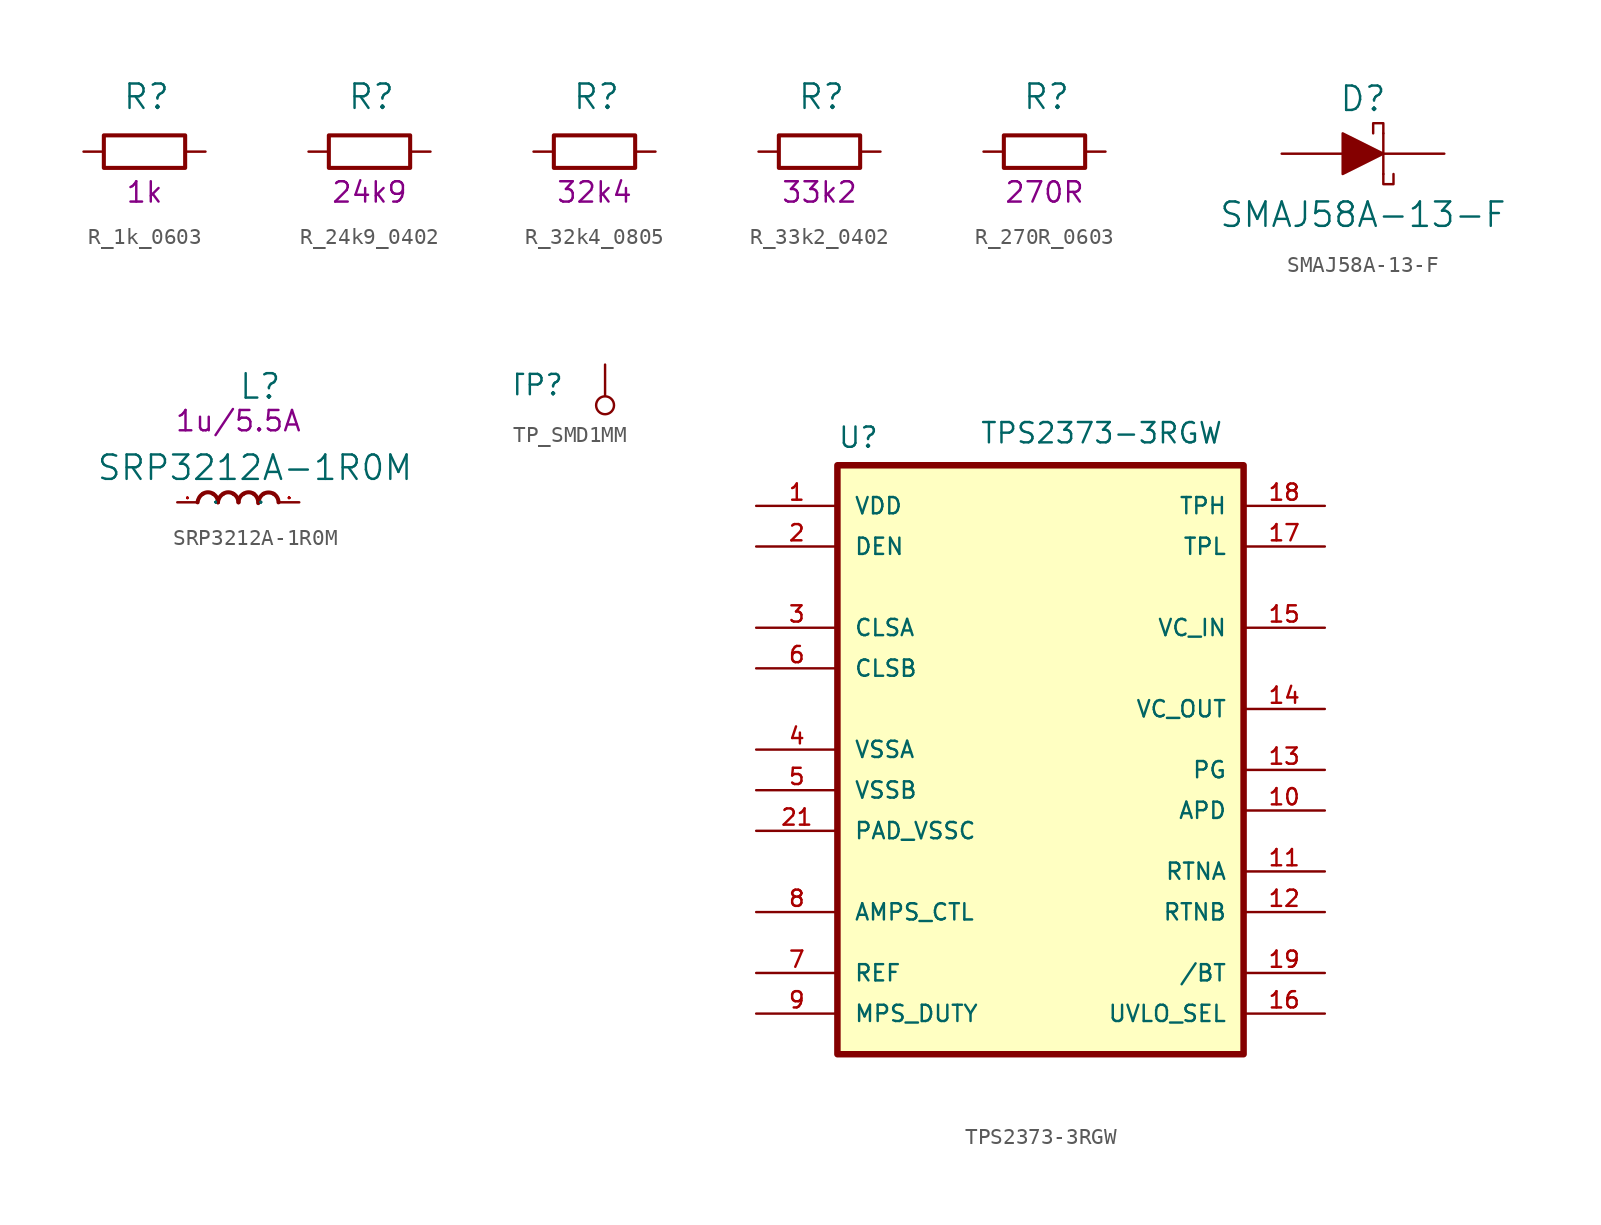
<source format=kicad_sym>
(kicad_symbol_lib
  (version 20211014)
  (generator kicad_symbol_editor)
  (symbol "R_1k_0603"
    (pin_names
      (offset 0))
    (property "Reference" "R"
      (at -1.397 3.429 0)
      (effects (font (size 1.524 1.524)) (justify left)))
    (property "Val" "1k"
      (at 0 -2.54 0)
      (effects (font (size 1.27 1.27))))
    (symbol "R_1k_0603_1_1"
      (rectangle (start 2.54 -1.016) (end -2.54 1.016) (stroke (width 0.254) (type default) (color 0 0 0 0)) (fill (type none)))
      (pin passive line (at -3.81 0 0) (length 1.27) (name "~" (effects (font (size 0 0)))) (number "1" (effects (font (size 0 0)))))
      (pin passive line (at 3.81 0 180) (length 1.27) (name "~" (effects (font (size 0 0)))) (number "2" (effects (font (size 0 0)))))))
  (symbol "R_24k9_0402"
    (pin_names
      (offset 0))
    (property "Reference" "R"
      (at -1.397 3.429 0)
      (effects (font (size 1.524 1.524)) (justify left)))
    (property "Val" "24k9"
      (at 0 -2.54 0)
      (effects (font (size 1.27 1.27))))
    (symbol "R_24k9_0402_1_1"
      (rectangle (start 2.54 -1.016) (end -2.54 1.016) (stroke (width 0.254) (type default) (color 0 0 0 0)) (fill (type none)))
      (pin passive line (at -3.81 0 0) (length 1.27) (name "~" (effects (font (size 0 0)))) (number "1" (effects (font (size 0 0)))))
      (pin passive line (at 3.81 0 180) (length 1.27) (name "~" (effects (font (size 0 0)))) (number "2" (effects (font (size 0 0)))))))
  (symbol "R_32k4_0805"
    (pin_names
      (offset 0))
    (property "Reference" "R"
      (at -1.397 3.429 0)
      (effects (font (size 1.524 1.524)) (justify left)))
    (property "Val" "32k4"
      (at 0 -2.54 0)
      (effects (font (size 1.27 1.27))))
    (symbol "R_32k4_0805_1_1"
      (rectangle (start 2.54 -1.016) (end -2.54 1.016) (stroke (width 0.254) (type default) (color 0 0 0 0)) (fill (type none)))
      (pin passive line (at -3.81 0 0) (length 1.27) (name "~" (effects (font (size 0 0)))) (number "1" (effects (font (size 0 0)))))
      (pin passive line (at 3.81 0 180) (length 1.27) (name "~" (effects (font (size 0 0)))) (number "2" (effects (font (size 0 0)))))))
  (symbol "R_33k2_0402"
    (pin_names
      (offset 0))
    (property "Reference" "R"
      (at -1.397 3.429 0)
      (effects (font (size 1.524 1.524)) (justify left)))
    (property "Val" "33k2"
      (at 0 -2.54 0)
      (effects (font (size 1.27 1.27))))
    (symbol "R_33k2_0402_1_1"
      (rectangle (start 2.54 -1.016) (end -2.54 1.016) (stroke (width 0.254) (type default) (color 0 0 0 0)) (fill (type none)))
      (pin passive line (at -3.81 0 0) (length 1.27) (name "~" (effects (font (size 0 0)))) (number "1" (effects (font (size 0 0)))))
      (pin passive line (at 3.81 0 180) (length 1.27) (name "~" (effects (font (size 0 0)))) (number "2" (effects (font (size 0 0)))))))
  (symbol "R_270R_0603"
    (pin_names
      (offset 0))
    (property "Reference" "R"
      (at -1.397 3.429 0)
      (effects (font (size 1.524 1.524)) (justify left)))
    (property "Val" "270R"
      (at 0 -2.54 0)
      (effects (font (size 1.27 1.27))))
    (symbol "R_270R_0603_1_1"
      (rectangle (start 2.54 -1.016) (end -2.54 1.016) (stroke (width 0.254) (type default) (color 0 0 0 0)) (fill (type none)))
      (pin passive line (at -3.81 0 0) (length 1.27) (name "~" (effects (font (size 0 0)))) (number "1" (effects (font (size 0 0)))))
      (pin passive line (at 3.81 0 180) (length 1.27) (name "~" (effects (font (size 0 0)))) (number "2" (effects (font (size 0 0)))))))
  (symbol "SMAJ58A-13-F"
    (pin_numbers hide)
    (pin_names
      (offset 0) hide)
    (property "Reference" "D"
      (at 0 2.54 0)
      (effects (font (size 1.524 1.524)) (justify bottom)))
    (property "Value" "SMAJ58A-13-F"
      (at 0 -3.81 0)
      (effects (font (size 1.524 1.524))))
    (symbol "SMAJ58A-13-F_0_1"
      (polyline (pts (xy 1.27 1.27) (xy 1.27 -1.27)) (stroke (width 0) (type default) (color 0 0 0 0)) (fill (type none)))
      (polyline (pts (xy -1.27 1.27) (xy -1.27 -1.27) (xy 1.27 0) (xy -1.27 1.27)) (stroke (width 0) (type default) (color 0 0 0 0)) (fill (type outline)))
      (polyline (pts (xy 1.27 -1.27) (xy 1.27 -1.905) (xy 1.905 -1.905) (xy 1.905 -1.27)) (stroke (width 0) (type default) (color 0 0 0 0)) (fill (type none)))
      (polyline (pts (xy 1.27 1.27) (xy 1.27 1.905) (xy 0.635 1.905) (xy 0.635 1.27)) (stroke (width 0) (type default) (color 0 0 0 0)) (fill (type none))))
    (symbol "SMAJ58A-13-F_1_1"
      (pin passive line (at -5.08 0 0) (length 3.81) (name "~" (effects (font (size 1.27 1.27)))) (number "A" (effects (font (size 1.27 1.27)))))
      (pin passive line (at 5.08 0 180) (length 3.81) (name "~" (effects (font (size 1.27 1.27)))) (number "K" (effects (font (size 1.27 1.27)))))))
  (symbol "SRP3212A-1R0M"
    (pin_names
      (offset 1.016))
    (property "Reference" "L"
      (at 0 6.35 0)
      (effects (font (size 1.524 1.524)) (justify left bottom)))
    (property "Value" "SRP3212A-1R0M"
      (at -8.89 1.27 0)
      (effects (font (size 1.524 1.524)) (justify left bottom)))
    (property "Val" "1u/5.5A"
      (at 0 5.08 0)
      (effects (font (size 1.27 1.27))))
    (symbol "SRP3212A-1R0M_0_1"
      (pin passive line (at -3.81 0 0) (length 1.27) (name "P" (effects (font (size 0.025 0.025)))) (number "1" (effects (font (size 0.025 0.025)))))
      (pin passive line (at 3.81 0 180) (length 1.27) (name "P" (effects (font (size 0.025 0.025)))) (number "2" (effects (font (size 0.025 0.025))))))
    (symbol "SRP3212A-1R0M_1_1"
      (arc (start -2.2098 0.5334) (mid -2.4364 0.3084) (end -2.54 0) (stroke (width 0.254) (type default) (color 0 0 0 0)) (fill (type none)))
      (arc (start -1.5748 0.5334) (mid -1.894 0.6272) (end -2.2098 0.5334) (stroke (width 0.254) (type default) (color 0 0 0 0)) (fill (type none)))
      (arc (start -1.27 0) (mid -1.3503 0.309) (end -1.5748 0.5334) (stroke (width 0.254) (type default) (color 0 0 0 0)) (fill (type none)))
      (arc (start -0.9398 0.5334) (mid -1.1664 0.3084) (end -1.27 0) (stroke (width 0.254) (type default) (color 0 0 0 0)) (fill (type none)))
      (arc (start -0.3048 0.5334) (mid -0.624 0.6272) (end -0.9398 0.5334) (stroke (width 0.254) (type default) (color 0 0 0 0)) (fill (type none)))
      (arc (start 0 0) (mid -0.0803 0.309) (end -0.3048 0.5334) (stroke (width 0.254) (type default) (color 0 0 0 0)) (fill (type none)))
      (arc (start 0.3302 0.5334) (mid 0.1036 0.3084) (end 0.0254 0) (stroke (width 0.254) (type default) (color 0 0 0 0)) (fill (type none)))
      (arc (start 0.9652 0.5334) (mid 0.646 0.6272) (end 0.3302 0.5334) (stroke (width 0.254) (type default) (color 0 0 0 0)) (fill (type none)))
      (arc (start 1.2446 -0.0508) (mid 1.1813 0.2752) (end 0.9652 0.5334) (stroke (width 0.254) (type default) (color 0 0 0 0)) (fill (type none)))
      (arc (start 1.5748 0.5334) (mid 1.357 0.3053) (end 1.27 0) (stroke (width 0.254) (type default) (color 0 0 0 0)) (fill (type none)))
      (arc (start 2.2098 0.5334) (mid 1.8942 0.6142) (end 1.5748 0.5334) (stroke (width 0.254) (type default) (color 0 0 0 0)) (fill (type none)))
      (arc (start 2.5146 0) (mid 2.4322 0.306) (end 2.2098 0.5334) (stroke (width 0.254) (type default) (color 0 0 0 0)) (fill (type none)))))
  (symbol "TP_SMD1MM"
    (pin_numbers hide)
    (pin_names
      (offset 0))
    (property "Reference" "TP"
      (at -2.54 1.27 0)
      (effects (font (size 1.27 1.27)) (justify right)))
    (symbol "TP_SMD1MM_0_1"
      (circle (center 0 0) (radius 0.559) (stroke (width 0) (type default) (color 0 0 0 0)) (fill (type none))))
    (symbol "TP_SMD1MM_1_1"
      (pin passive line (at 0 2.54 270) (length 1.905) (name "~" (effects (font (size 1.27 1.27)))) (number "1" (effects (font (size 1.27 1.27)))))))
  (symbol "TPS2373-3RGW"
    (pin_names
      (offset 1.016))
    (property "Reference" "U"
      (at -12.7 23.851 0)
      (effects (font (size 1.27 1.27)) (justify left bottom)))
    (property "Value" "TPS2373-3RGW"
      (at -3.81 24.13 0)
      (effects (font (size 1.27 1.27)) (justify left bottom)))
    (symbol "TPS2373-3RGW_0_0"
      (rectangle (start -12.7 -13.97) (end 12.7 22.86) (stroke (width 0.406) (type default) (color 0 0 0 0)) (fill (type background)))
      (pin power_in line (at -17.78 20.32 0) (length 5.08) (name "VDD" (effects (font (size 1.016 1.016)))) (number "1" (effects (font (size 1.016 1.016)))))
      (pin output line (at 17.78 1.27 180) (length 5.08) (name "APD" (effects (font (size 1.016 1.016)))) (number "10" (effects (font (size 1.016 1.016)))))
      (pin output line (at 17.78 -2.54 180) (length 5.08) (name "RTNA" (effects (font (size 1.016 1.016)))) (number "11" (effects (font (size 1.016 1.016)))))
      (pin output line (at 17.78 -5.08 180) (length 5.08) (name "RTNB" (effects (font (size 1.016 1.016)))) (number "12" (effects (font (size 1.016 1.016)))))
      (pin output line (at 17.78 3.81 180) (length 5.08) (name "PG" (effects (font (size 1.016 1.016)))) (number "13" (effects (font (size 1.016 1.016)))))
      (pin output line (at 17.78 7.62 180) (length 5.08) (name "VC_OUT" (effects (font (size 1.016 1.016)))) (number "14" (effects (font (size 1.016 1.016)))))
      (pin input line (at 17.78 12.7 180) (length 5.08) (name "VC_IN" (effects (font (size 1.016 1.016)))) (number "15" (effects (font (size 1.016 1.016)))))
      (pin output line (at 17.78 -11.43 180) (length 5.08) (name "UVLO_SEL" (effects (font (size 1.016 1.016)))) (number "16" (effects (font (size 1.016 1.016)))))
      (pin output line (at 17.78 17.78 180) (length 5.08) (name "TPL" (effects (font (size 1.016 1.016)))) (number "17" (effects (font (size 1.016 1.016)))))
      (pin output line (at 17.78 20.32 180) (length 5.08) (name "TPH" (effects (font (size 1.016 1.016)))) (number "18" (effects (font (size 1.016 1.016)))))
      (pin output line (at 17.78 -8.89 180) (length 5.08) (name "/BT" (effects (font (size 1.016 1.016)))) (number "19" (effects (font (size 1.016 1.016)))))
      (pin input line (at -17.78 17.78 0) (length 5.08) (name "DEN" (effects (font (size 1.016 1.016)))) (number "2" (effects (font (size 1.016 1.016)))))
      (pin power_in line (at -17.78 0 0) (length 5.08) (name "PAD_VSSC" (effects (font (size 1.016 1.016)))) (number "21" (effects (font (size 1.016 1.016)))))
      (pin input line (at -17.78 12.7 0) (length 5.08) (name "CLSA" (effects (font (size 1.016 1.016)))) (number "3" (effects (font (size 1.016 1.016)))))
      (pin power_in line (at -17.78 5.08 0) (length 5.08) (name "VSSA" (effects (font (size 1.016 1.016)))) (number "4" (effects (font (size 1.016 1.016)))))
      (pin power_in line (at -17.78 2.54 0) (length 5.08) (name "VSSB" (effects (font (size 1.016 1.016)))) (number "5" (effects (font (size 1.016 1.016)))))
      (pin input line (at -17.78 10.16 0) (length 5.08) (name "CLSB" (effects (font (size 1.016 1.016)))) (number "6" (effects (font (size 1.016 1.016)))))
      (pin input line (at -17.78 -8.89 0) (length 5.08) (name "REF" (effects (font (size 1.016 1.016)))) (number "7" (effects (font (size 1.016 1.016)))))
      (pin input line (at -17.78 -5.08 0) (length 5.08) (name "AMPS_CTL" (effects (font (size 1.016 1.016)))) (number "8" (effects (font (size 1.016 1.016)))))
      (pin input line (at -17.78 -11.43 0) (length 5.08) (name "MPS_DUTY" (effects (font (size 1.016 1.016)))) (number "9" (effects (font (size 1.016 1.016))))))))
</source>
